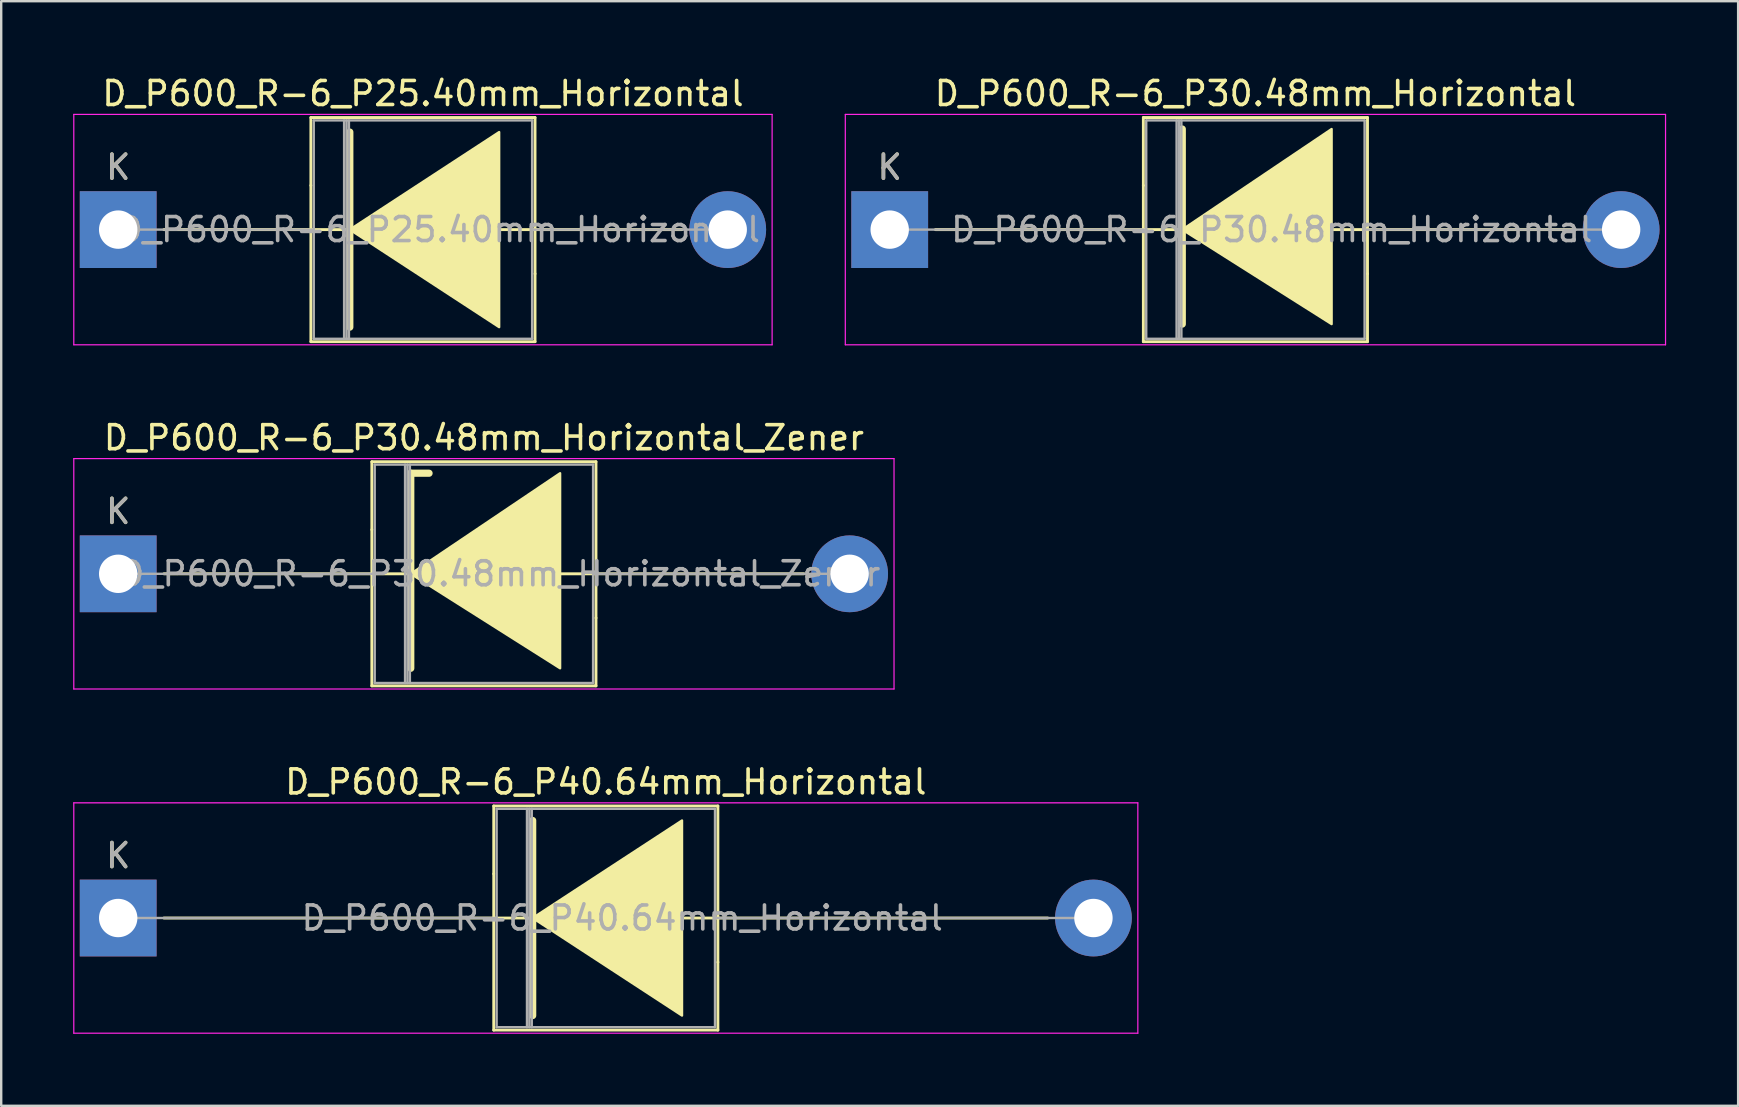
<source format=kicad_pcb>
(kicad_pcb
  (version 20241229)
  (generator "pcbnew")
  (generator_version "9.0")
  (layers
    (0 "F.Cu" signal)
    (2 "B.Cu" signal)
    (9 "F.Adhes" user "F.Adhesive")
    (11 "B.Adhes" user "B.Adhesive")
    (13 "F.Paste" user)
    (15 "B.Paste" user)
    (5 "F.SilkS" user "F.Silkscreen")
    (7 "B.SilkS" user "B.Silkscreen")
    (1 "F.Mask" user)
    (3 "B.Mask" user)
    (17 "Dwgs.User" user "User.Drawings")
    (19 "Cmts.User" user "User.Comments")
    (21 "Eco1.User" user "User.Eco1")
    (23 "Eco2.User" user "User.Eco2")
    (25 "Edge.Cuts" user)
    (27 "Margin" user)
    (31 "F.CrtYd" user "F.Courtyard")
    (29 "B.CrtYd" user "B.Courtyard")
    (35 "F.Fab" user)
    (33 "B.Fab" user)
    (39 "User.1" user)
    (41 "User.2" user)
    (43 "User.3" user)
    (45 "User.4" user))
  (footprint "D_P600_R-6_P25.40mm_Horizontal"
    (layer "F.Cu")
    (at 1.875 6.518)
    (property "Reference" "D_P600_R-6_P25.40mm_Horizontal" (at 12.7 -5.67 0) (layer "F.SilkS") (effects (font (size 1 1) (thickness 0.15))))
    (attr through_hole)
    (fp_line (start 8.03 -4.67) (end 17.37 -4.67) (stroke (width 0.12) (type solid)) (layer "F.SilkS"))
    (fp_line (start 8.03 -1.84) (end 8.03 -4.67) (stroke (width 0.12) (type solid)) (layer "F.SilkS"))
    (fp_line (start 8.03 -1.84) (end 8.03 4.67) (stroke (width 0.12) (type solid)) (layer "F.SilkS"))
    (fp_line (start 8.03 4.67) (end 17.37 4.67) (stroke (width 0.12) (type solid)) (layer "F.SilkS"))
    (fp_line (start 9.525 0) (end 1.905 0) (stroke (width 0.12) (type solid)) (layer "F.SilkS"))
    (fp_line (start 9.652 -4.064) (end 9.652 4.064) (stroke (width 0.3) (type solid)) (layer "F.SilkS"))
    (fp_line (start 15.748 0) (end 23.495 0) (stroke (width 0.12) (type solid)) (layer "F.SilkS"))
    (fp_line (start 17.37 -4.67) (end 17.37 1.84) (stroke (width 0.12) (type solid)) (layer "F.SilkS"))
    (fp_line (start 17.37 4.67) (end 17.37 1.84) (stroke (width 0.12) (type solid)) (layer "F.SilkS"))
    (fp_poly (pts (xy 15.875 4.064) (xy 9.652 0) (xy 15.875 -4.064)) (stroke (width 0.1) (type solid)) (fill yes) (layer "F.SilkS"))
    (fp_line (start -1.85 -4.8) (end -1.85 4.8) (stroke (width 0.05) (type solid)) (layer "F.CrtYd"))
    (fp_line (start -1.85 4.8) (end 27.25 4.8) (stroke (width 0.05) (type solid)) (layer "F.CrtYd"))
    (fp_line (start 27.25 -4.8) (end -1.85 -4.8) (stroke (width 0.05) (type solid)) (layer "F.CrtYd"))
    (fp_line (start 27.25 4.8) (end 27.25 -4.8) (stroke (width 0.05) (type solid)) (layer "F.CrtYd"))
    (fp_line (start 0 0) (end 8.15 0) (stroke (width 0.1) (type solid)) (layer "F.Fab"))
    (fp_line (start 8.15 -4.55) (end 8.15 4.55) (stroke (width 0.1) (type solid)) (layer "F.Fab"))
    (fp_line (start 8.15 4.55) (end 17.25 4.55) (stroke (width 0.1) (type solid)) (layer "F.Fab"))
    (fp_line (start 9.415 -4.55) (end 9.415 4.55) (stroke (width 0.1) (type solid)) (layer "F.Fab"))
    (fp_line (start 9.515 -4.55) (end 9.515 4.55) (stroke (width 0.1) (type solid)) (layer "F.Fab"))
    (fp_line (start 9.615 -4.55) (end 9.615 4.55) (stroke (width 0.1) (type solid)) (layer "F.Fab"))
    (fp_line (start 17.25 -4.55) (end 8.15 -4.55) (stroke (width 0.1) (type solid)) (layer "F.Fab"))
    (fp_line (start 17.25 4.55) (end 17.25 -4.55) (stroke (width 0.1) (type solid)) (layer "F.Fab"))
    (fp_line (start 25.4 0) (end 17.25 0) (stroke (width 0.1) (type solid)) (layer "F.Fab"))
    (fp_text user "K" (at 0 -2.6 0) (layer "F.SilkS") (effects (font (size 1 1) (thickness 0.15))))
    (fp_text user "K" (at 0 -2.6 0) (layer "F.Fab") (effects (font (size 1 1) (thickness 0.15))))
    (fp_text user "${REFERENCE}" (at 13.383 0 0) (layer "F.Fab") (effects (font (size 1 1) (thickness 0.15))))
    (pad "1" thru_hole rect (at 0 0) (size 3.2 3.2) (drill 1.6) (layers "*.Cu" "*.Mask"))
    (pad "2" thru_hole oval (at 25.4 0) (size 3.2 3.2) (drill 1.6) (layers "*.Cu" "*.Mask")))
  (footprint "D_P600_R-6_P30.48mm_Horizontal_Zener"
    (layer "F.Cu")
    (at 1.875 20.861)
    (property "Reference" "D_P600_R-6_P30.48mm_Horizontal_Zener" (at 15.24 -5.67 0) (layer "F.SilkS") (effects (font (size 1 1) (thickness 0.15))))
    (attr through_hole)
    (fp_line (start 10.57 -4.67) (end 19.91 -4.67) (stroke (width 0.12) (type solid)) (layer "F.SilkS"))
    (fp_line (start 10.57 -1.84) (end 10.57 -4.67) (stroke (width 0.12) (type solid)) (layer "F.SilkS"))
    (fp_line (start 10.57 -1.84) (end 10.57 4.67) (stroke (width 0.12) (type solid)) (layer "F.SilkS"))
    (fp_line (start 10.57 4.67) (end 19.91 4.67) (stroke (width 0.12) (type solid)) (layer "F.SilkS"))
    (fp_line (start 12.065 0) (end 1.905 0) (stroke (width 0.12) (type solid)) (layer "F.SilkS"))
    (fp_line (start 12.192 -4.191) (end 12.192 3.937) (stroke (width 0.3) (type solid)) (layer "F.SilkS"))
    (fp_line (start 12.192 -4.191) (end 12.954 -4.191) (stroke (width 0.3) (type solid)) (layer "F.SilkS"))
    (fp_line (start 18.288 0) (end 28.575 0) (stroke (width 0.12) (type solid)) (layer "F.SilkS"))
    (fp_line (start 19.91 -4.67) (end 19.91 1.84) (stroke (width 0.12) (type solid)) (layer "F.SilkS"))
    (fp_line (start 19.91 4.67) (end 19.91 1.84) (stroke (width 0.12) (type solid)) (layer "F.SilkS"))
    (fp_poly (pts (xy 18.415 3.937) (xy 12.192 0) (xy 18.415 -4.191)) (stroke (width 0.1) (type solid)) (fill yes) (layer "F.SilkS"))
    (fp_line (start -1.85 -4.8) (end -1.85 4.8) (stroke (width 0.05) (type solid)) (layer "F.CrtYd"))
    (fp_line (start -1.85 4.8) (end 32.33 4.8) (stroke (width 0.05) (type solid)) (layer "F.CrtYd"))
    (fp_line (start 32.33 -4.8) (end -1.85 -4.8) (stroke (width 0.05) (type solid)) (layer "F.CrtYd"))
    (fp_line (start 32.33 4.8) (end 32.33 -4.8) (stroke (width 0.05) (type solid)) (layer "F.CrtYd"))
    (fp_line (start 0 0) (end 10.69 0) (stroke (width 0.1) (type solid)) (layer "F.Fab"))
    (fp_line (start 10.69 -4.55) (end 10.69 4.55) (stroke (width 0.1) (type solid)) (layer "F.Fab"))
    (fp_line (start 10.69 4.55) (end 19.79 4.55) (stroke (width 0.1) (type solid)) (layer "F.Fab"))
    (fp_line (start 11.955 -4.55) (end 11.955 4.55) (stroke (width 0.1) (type solid)) (layer "F.Fab"))
    (fp_line (start 12.055 -4.55) (end 12.055 4.55) (stroke (width 0.1) (type solid)) (layer "F.Fab"))
    (fp_line (start 12.155 -4.55) (end 12.155 4.55) (stroke (width 0.1) (type solid)) (layer "F.Fab"))
    (fp_line (start 19.79 -4.55) (end 10.69 -4.55) (stroke (width 0.1) (type solid)) (layer "F.Fab"))
    (fp_line (start 19.79 4.55) (end 19.79 -4.55) (stroke (width 0.1) (type solid)) (layer "F.Fab"))
    (fp_line (start 30.48 0) (end 19.79 0) (stroke (width 0.1) (type solid)) (layer "F.Fab"))
    (fp_text user "K" (at 0 -2.6 0) (layer "F.SilkS") (effects (font (size 1 1) (thickness 0.15))))
    (fp_text user "${REFERENCE}" (at 15.922 0 0) (layer "F.Fab") (effects (font (size 1 1) (thickness 0.15))))
    (fp_text user "K" (at 0 -2.6 0) (layer "F.Fab") (effects (font (size 1 1) (thickness 0.15))))
    (pad "1" thru_hole rect (at 0 0) (size 3.2 3.2) (drill 1.6) (layers "*.Cu" "*.Mask"))
    (pad "2" thru_hole oval (at 30.48 0) (size 3.2 3.2) (drill 1.6) (layers "*.Cu" "*.Mask")))
  (footprint "D_P600_R-6_P30.48mm_Horizontal"
    (layer "F.Cu")
    (at 34.025 6.518)
    (property "Reference" "D_P600_R-6_P30.48mm_Horizontal" (at 15.24 -5.67 0) (layer "F.SilkS") (effects (font (size 1 1) (thickness 0.15))))
    (attr through_hole)
    (fp_line (start 10.57 -4.67) (end 19.91 -4.67) (stroke (width 0.12) (type solid)) (layer "F.SilkS"))
    (fp_line (start 10.57 -1.84) (end 10.57 -4.67) (stroke (width 0.12) (type solid)) (layer "F.SilkS"))
    (fp_line (start 10.57 -1.84) (end 10.57 4.67) (stroke (width 0.12) (type solid)) (layer "F.SilkS"))
    (fp_line (start 10.57 4.67) (end 19.91 4.67) (stroke (width 0.12) (type solid)) (layer "F.SilkS"))
    (fp_line (start 12.065 0) (end 1.905 0) (stroke (width 0.12) (type solid)) (layer "F.SilkS"))
    (fp_line (start 12.192 -4.191) (end 12.192 3.937) (stroke (width 0.3) (type solid)) (layer "F.SilkS"))
    (fp_line (start 18.288 0) (end 28.575 0) (stroke (width 0.12) (type solid)) (layer "F.SilkS"))
    (fp_line (start 19.91 -4.67) (end 19.91 1.84) (stroke (width 0.12) (type solid)) (layer "F.SilkS"))
    (fp_line (start 19.91 4.67) (end 19.91 1.84) (stroke (width 0.12) (type solid)) (layer "F.SilkS"))
    (fp_poly (pts (xy 18.415 3.937) (xy 12.192 0) (xy 18.415 -4.191)) (stroke (width 0.1) (type solid)) (fill yes) (layer "F.SilkS"))
    (fp_line (start -1.85 -4.8) (end -1.85 4.8) (stroke (width 0.05) (type solid)) (layer "F.CrtYd"))
    (fp_line (start -1.85 4.8) (end 32.33 4.8) (stroke (width 0.05) (type solid)) (layer "F.CrtYd"))
    (fp_line (start 32.33 -4.8) (end -1.85 -4.8) (stroke (width 0.05) (type solid)) (layer "F.CrtYd"))
    (fp_line (start 32.33 4.8) (end 32.33 -4.8) (stroke (width 0.05) (type solid)) (layer "F.CrtYd"))
    (fp_line (start 0 0) (end 10.69 0) (stroke (width 0.1) (type solid)) (layer "F.Fab"))
    (fp_line (start 10.69 -4.55) (end 10.69 4.55) (stroke (width 0.1) (type solid)) (layer "F.Fab"))
    (fp_line (start 10.69 4.55) (end 19.79 4.55) (stroke (width 0.1) (type solid)) (layer "F.Fab"))
    (fp_line (start 11.955 -4.55) (end 11.955 4.55) (stroke (width 0.1) (type solid)) (layer "F.Fab"))
    (fp_line (start 12.055 -4.55) (end 12.055 4.55) (stroke (width 0.1) (type solid)) (layer "F.Fab"))
    (fp_line (start 12.155 -4.55) (end 12.155 4.55) (stroke (width 0.1) (type solid)) (layer "F.Fab"))
    (fp_line (start 19.79 -4.55) (end 10.69 -4.55) (stroke (width 0.1) (type solid)) (layer "F.Fab"))
    (fp_line (start 19.79 4.55) (end 19.79 -4.55) (stroke (width 0.1) (type solid)) (layer "F.Fab"))
    (fp_line (start 30.48 0) (end 19.79 0) (stroke (width 0.1) (type solid)) (layer "F.Fab"))
    (fp_text user "K" (at 0 -2.6 0) (layer "F.SilkS") (effects (font (size 1 1) (thickness 0.15))))
    (fp_text user "${REFERENCE}" (at 15.922 0 0) (layer "F.Fab") (effects (font (size 1 1) (thickness 0.15))))
    (fp_text user "K" (at 0 -2.6 0) (layer "F.Fab") (effects (font (size 1 1) (thickness 0.15))))
    (pad "1" thru_hole rect (at 0 0) (size 3.2 3.2) (drill 1.6) (layers "*.Cu" "*.Mask"))
    (pad "2" thru_hole oval (at 30.48 0) (size 3.2 3.2) (drill 1.6) (layers "*.Cu" "*.Mask")))
  (footprint "D_P600_R-6_P40.64mm_Horizontal"
    (layer "F.Cu")
    (at 1.875 35.205)
    (property "Reference" "D_P600_R-6_P40.64mm_Horizontal" (at 20.32 -5.67 0) (layer "F.SilkS") (effects (font (size 1 1) (thickness 0.15))))
    (attr through_hole)
    (fp_line (start 15.65 -4.67) (end 24.99 -4.67) (stroke (width 0.12) (type solid)) (layer "F.SilkS"))
    (fp_line (start 15.65 -1.84) (end 15.65 -4.67) (stroke (width 0.12) (type solid)) (layer "F.SilkS"))
    (fp_line (start 15.65 -1.84) (end 15.65 4.67) (stroke (width 0.12) (type solid)) (layer "F.SilkS"))
    (fp_line (start 15.65 4.67) (end 24.99 4.67) (stroke (width 0.12) (type solid)) (layer "F.SilkS"))
    (fp_line (start 17.145 0) (end 1.905 0) (stroke (width 0.12) (type solid)) (layer "F.SilkS"))
    (fp_line (start 17.272 -4.064) (end 17.272 4.064) (stroke (width 0.3) (type solid)) (layer "F.SilkS"))
    (fp_line (start 23.368 0) (end 38.735 0) (stroke (width 0.12) (type solid)) (layer "F.SilkS"))
    (fp_line (start 24.99 -4.67) (end 24.99 1.84) (stroke (width 0.12) (type solid)) (layer "F.SilkS"))
    (fp_line (start 24.99 4.67) (end 24.99 1.84) (stroke (width 0.12) (type solid)) (layer "F.SilkS"))
    (fp_poly (pts (xy 23.495 4.064) (xy 17.272 0) (xy 23.495 -4.064)) (stroke (width 0.1) (type solid)) (fill yes) (layer "F.SilkS"))
    (fp_line (start -1.85 -4.8) (end -1.85 4.8) (stroke (width 0.05) (type solid)) (layer "F.CrtYd"))
    (fp_line (start -1.85 4.8) (end 42.49 4.8) (stroke (width 0.05) (type solid)) (layer "F.CrtYd"))
    (fp_line (start 42.49 -4.8) (end -1.85 -4.8) (stroke (width 0.05) (type solid)) (layer "F.CrtYd"))
    (fp_line (start 42.49 4.8) (end 42.49 -4.8) (stroke (width 0.05) (type solid)) (layer "F.CrtYd"))
    (fp_line (start 0 0) (end 15.77 0) (stroke (width 0.1) (type solid)) (layer "F.Fab"))
    (fp_line (start 15.77 -4.55) (end 15.77 4.55) (stroke (width 0.1) (type solid)) (layer "F.Fab"))
    (fp_line (start 15.77 4.55) (end 24.87 4.55) (stroke (width 0.1) (type solid)) (layer "F.Fab"))
    (fp_line (start 17.035 -4.55) (end 17.035 4.55) (stroke (width 0.1) (type solid)) (layer "F.Fab"))
    (fp_line (start 17.135 -4.55) (end 17.135 4.55) (stroke (width 0.1) (type solid)) (layer "F.Fab"))
    (fp_line (start 17.235 -4.55) (end 17.235 4.55) (stroke (width 0.1) (type solid)) (layer "F.Fab"))
    (fp_line (start 24.87 -4.55) (end 15.77 -4.55) (stroke (width 0.1) (type solid)) (layer "F.Fab"))
    (fp_line (start 24.87 4.55) (end 24.87 -4.55) (stroke (width 0.1) (type solid)) (layer "F.Fab"))
    (fp_line (start 40.64 0) (end 24.87 0) (stroke (width 0.1) (type solid)) (layer "F.Fab"))
    (fp_text user "K" (at 0 -2.6 0) (layer "F.SilkS") (effects (font (size 1 1) (thickness 0.15))))
    (fp_text user "${REFERENCE}" (at 21.003 0 0) (layer "F.Fab") (effects (font (size 1 1) (thickness 0.15))))
    (fp_text user "K" (at 0 -2.6 0) (layer "F.Fab") (effects (font (size 1 1) (thickness 0.15))))
    (pad "1" thru_hole rect (at 0 0) (size 3.2 3.2) (drill 1.6) (layers "*.Cu" "*.Mask"))
    (pad "2" thru_hole oval (at 40.64 0) (size 3.2 3.2) (drill 1.6) (layers "*.Cu" "*.Mask")))
  (gr_rect
    (start -3 -3)
    (end 69.38 43.03)
    (stroke (width 0.1) (type default))
    (fill no)
    (layer "Edge.Cuts")))
</source>
